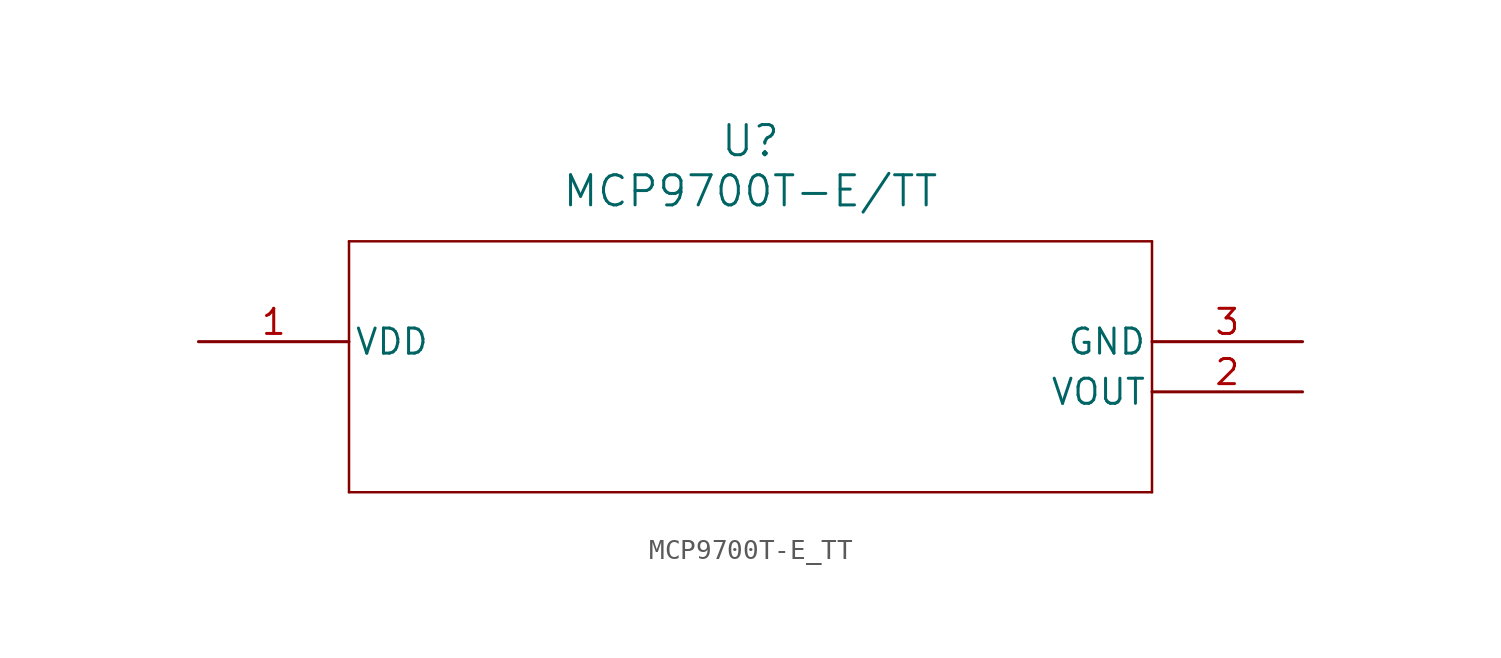
<source format=kicad_sym>
(kicad_symbol_lib
  (version 20211014)
  (generator kicad_symbol_editor)
  (symbol "MCP9700T-E_TT"
    (pin_names
      (offset 0.254))
    (property "Reference" "U"
      (at 27.94 10.16 0)
      (effects (font (size 1.524 1.524))))
    (property "Value" "MCP9700T-E/TT"
      (at 27.94 7.62 0)
      (effects (font (size 1.524 1.524))))
    (symbol "MCP9700T-E_TT_0_1"
      (polyline (pts (xy 7.62 5.08) (xy 7.62 -7.62)) (stroke (width 0.127) (type default) (color 0 0 0 0)) (fill (type none)))
      (polyline (pts (xy 7.62 -7.62) (xy 48.26 -7.62)) (stroke (width 0.127) (type default) (color 0 0 0 0)) (fill (type none)))
      (polyline (pts (xy 48.26 -7.62) (xy 48.26 5.08)) (stroke (width 0.127) (type default) (color 0 0 0 0)) (fill (type none)))
      (polyline (pts (xy 48.26 5.08) (xy 7.62 5.08)) (stroke (width 0.127) (type default) (color 0 0 0 0)) (fill (type none)))
      (pin unspecified line (at 0 0 0) (length 7.62) (name "VDD" (effects (font (size 1.27 1.27)))) (number "1" (effects (font (size 1.27 1.27)))))
      (pin unspecified line (at 55.88 -2.54 180) (length 7.62) (name "VOUT" (effects (font (size 1.27 1.27)))) (number "2" (effects (font (size 1.27 1.27)))))
      (pin unspecified line (at 55.88 0 180) (length 7.62) (name "GND" (effects (font (size 1.27 1.27)))) (number "3" (effects (font (size 1.27 1.27))))))))
</source>
